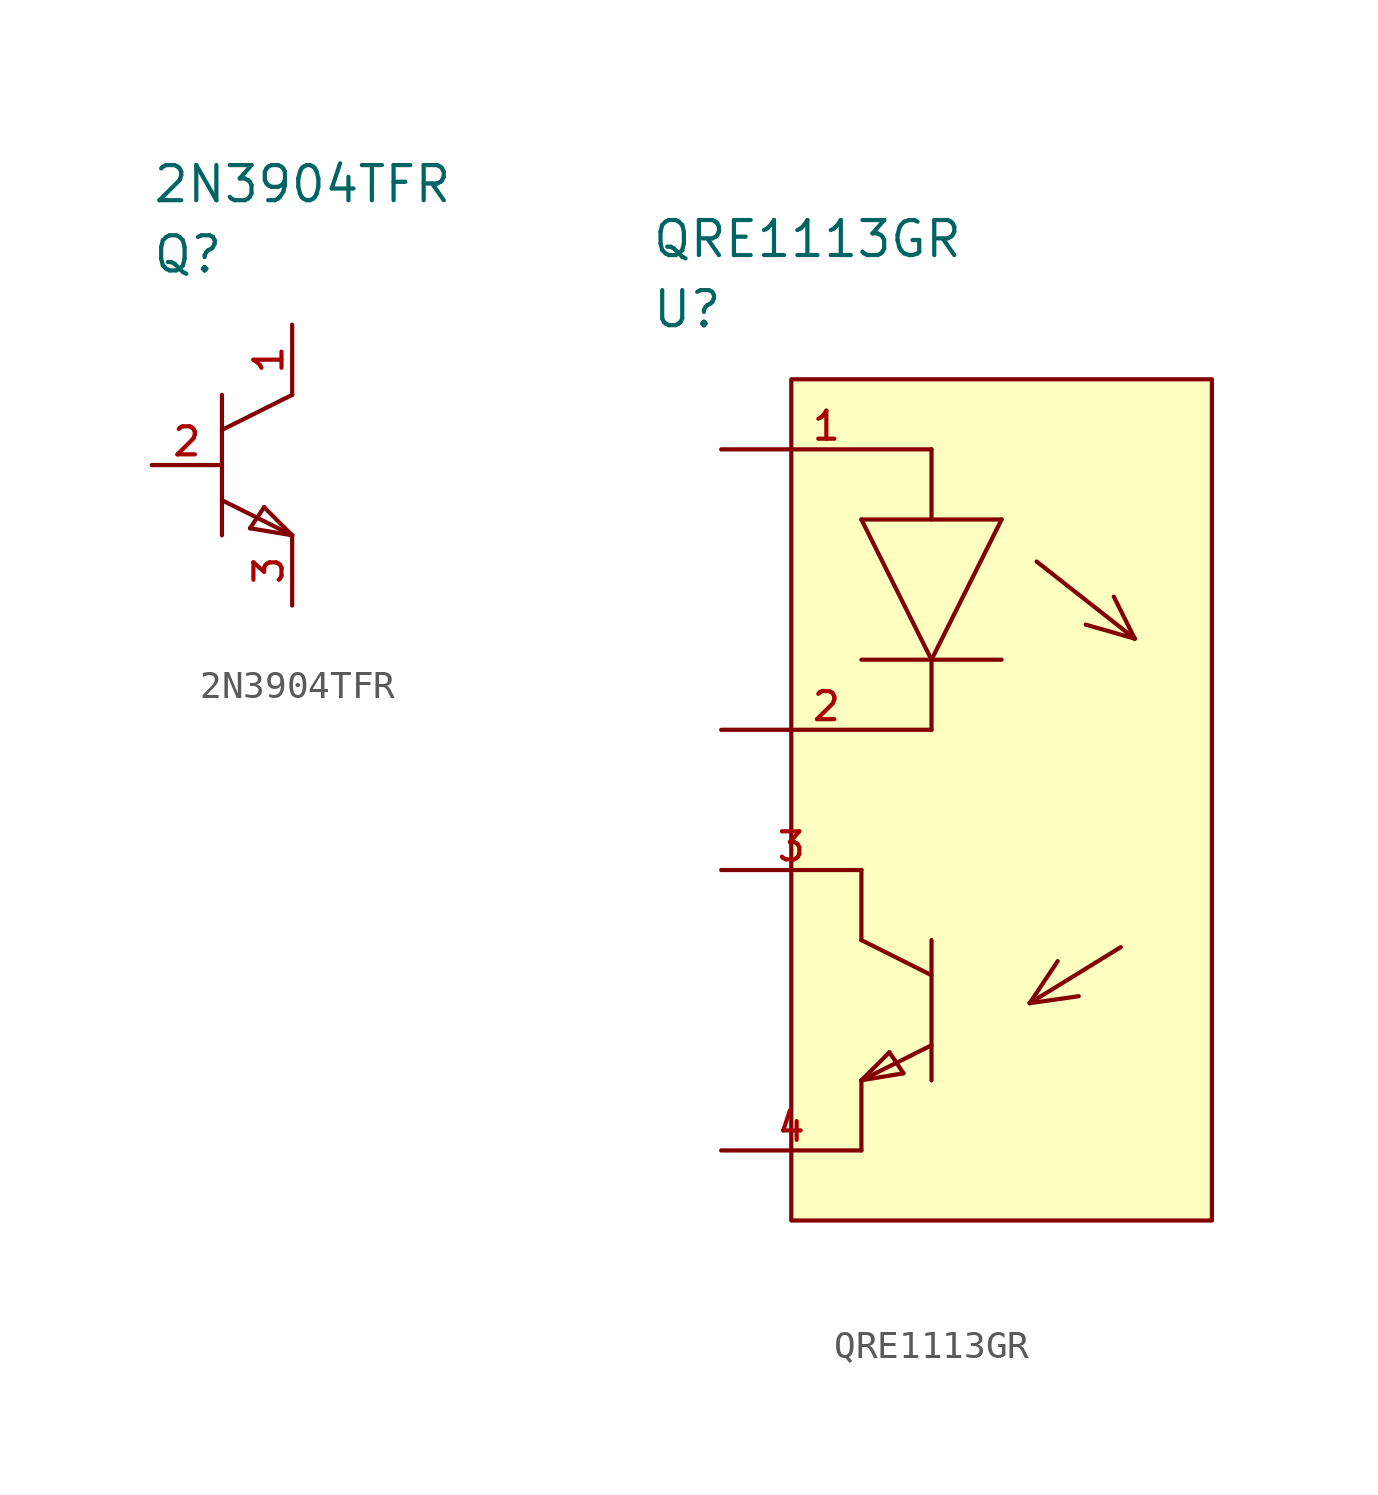
<source format=kicad_sym>
(kicad_symbol_lib
  (version 20211014)
  (generator kicad_symbol_editor)
  (symbol "2N3904TFR"
    (pin_names
      (offset 1.016))
    (property "Reference" "Q"
      (at 0 7.62 0)
      (effects (font (size 1.27 1.27)) (justify left)))
    (property "Value" "2N3904TFR"
      (at 0 10.16 0)
      (effects (font (size 1.27 1.27)) (justify left)))
    (property "ki_locked" ""
      (at 0 0 0)
      (effects (font (size 1.27 1.27))))
    (symbol "2N3904TFR_1_1"
      (polyline (pts (xy 2.54 -1.27) (xy 5.08 -2.54)) (stroke (width 0) (type default) (color 0 0 0 0)) (fill (type none)))
      (polyline (pts (xy 2.54 1.27) (xy 5.08 2.54)) (stroke (width 0) (type default) (color 0 0 0 0)) (fill (type none)))
      (polyline (pts (xy 2.54 2.54) (xy 2.54 -2.54)) (stroke (width 0) (type default) (color 0 0 0 0)) (fill (type none)))
      (polyline (pts (xy 3.556 -2.286) (xy 4.064 -1.524)) (stroke (width 0) (type default) (color 0 0 0 0)) (fill (type none)))
      (polyline (pts (xy 3.556 -2.286) (xy 5.08 -2.54)) (stroke (width 0) (type default) (color 0 0 0 0)) (fill (type none)))
      (polyline (pts (xy 4.064 -1.524) (xy 5.08 -2.54)) (stroke (width 0) (type default) (color 0 0 0 0)) (fill (type none)))
      (pin passive line (at 5.08 5.08 270) (length 2.54) (name "E" (effects (font (size 0 0)))) (number "1" (effects (font (size 1.016 1.016)))))
      (pin passive line (at 0 0 0) (length 2.54) (name "B" (effects (font (size 0 0)))) (number "2" (effects (font (size 1.016 1.016)))))
      (pin passive line (at 5.08 -5.08 90) (length 2.54) (name "C" (effects (font (size 0 0)))) (number "3" (effects (font (size 1.016 1.016)))))))
  (symbol "QRE1113GR"
    (pin_names
      (offset 1.016))
    (property "Reference" "U"
      (at 0 5.08 0)
      (effects (font (size 1.27 1.27)) (justify left)))
    (property "Value" "QRE1113GR"
      (at 0 7.62 0)
      (effects (font (size 1.27 1.27)) (justify left)))
    (property "ki_locked" ""
      (at 0 0 0)
      (effects (font (size 1.27 1.27))))
    (symbol "QRE1113GR_1_1"
      (polyline (pts (xy 7.62 -22.86) (xy 7.62 -25.4)) (stroke (width 0) (type default) (color 0 0 0 0)) (fill (type none)))
      (polyline (pts (xy 7.62 -15.24) (xy 7.62 -17.78)) (stroke (width 0) (type default) (color 0 0 0 0)) (fill (type none)))
      (polyline (pts (xy 7.62 -7.62) (xy 12.7 -7.62)) (stroke (width 0) (type default) (color 0 0 0 0)) (fill (type none)))
      (polyline (pts (xy 7.62 -2.54) (xy 10.16 -7.62)) (stroke (width 0) (type default) (color 0 0 0 0)) (fill (type none)))
      (polyline (pts (xy 8.636 -21.844) (xy 7.62 -22.86)) (stroke (width 0) (type default) (color 0 0 0 0)) (fill (type none)))
      (polyline (pts (xy 9.144 -22.606) (xy 7.62 -22.86)) (stroke (width 0) (type default) (color 0 0 0 0)) (fill (type none)))
      (polyline (pts (xy 9.144 -22.606) (xy 8.636 -21.844)) (stroke (width 0) (type default) (color 0 0 0 0)) (fill (type none)))
      (polyline (pts (xy 10.16 -21.59) (xy 7.62 -22.86)) (stroke (width 0) (type default) (color 0 0 0 0)) (fill (type none)))
      (polyline (pts (xy 10.16 -19.05) (xy 7.62 -17.78)) (stroke (width 0) (type default) (color 0 0 0 0)) (fill (type none)))
      (polyline (pts (xy 10.16 -17.78) (xy 10.16 -22.86)) (stroke (width 0) (type default) (color 0 0 0 0)) (fill (type none)))
      (polyline (pts (xy 10.16 -7.62) (xy 10.16 -10.16)) (stroke (width 0) (type default) (color 0 0 0 0)) (fill (type none)))
      (polyline (pts (xy 10.16 -7.62) (xy 12.7 -2.54)) (stroke (width 0) (type default) (color 0 0 0 0)) (fill (type none)))
      (polyline (pts (xy 10.16 0) (xy 10.16 -2.54)) (stroke (width 0) (type default) (color 0 0 0 0)) (fill (type none)))
      (polyline (pts (xy 12.7 -2.54) (xy 7.62 -2.54)) (stroke (width 0) (type default) (color 0 0 0 0)) (fill (type none)))
      (polyline (pts (xy 13.716 -20.066) (xy 14.732 -18.542)) (stroke (width 0) (type default) (color 0 0 0 0)) (fill (type none)))
      (polyline (pts (xy 13.716 -20.066) (xy 15.494 -19.812)) (stroke (width 0) (type default) (color 0 0 0 0)) (fill (type none)))
      (polyline (pts (xy 13.716 -20.066) (xy 17.018 -18.034)) (stroke (width 0) (type default) (color 0 0 0 0)) (fill (type none)))
      (polyline (pts (xy 13.97 -4.064) (xy 17.526 -6.858)) (stroke (width 0) (type default) (color 0 0 0 0)) (fill (type none)))
      (polyline (pts (xy 17.526 -6.858) (xy 15.748 -6.35)) (stroke (width 0) (type default) (color 0 0 0 0)) (fill (type none)))
      (polyline (pts (xy 17.526 -6.858) (xy 16.764 -5.334)) (stroke (width 0) (type default) (color 0 0 0 0)) (fill (type none)))
      (rectangle (start 5.08 2.54) (end 20.32 -27.94) (stroke (width 0) (type default) (color 0 0 0 0)) (fill (type background)))
      (pin passive line (at 2.54 0 0) (length 7.62) (name "Anode" (effects (font (size 0 0)))) (number "1" (effects (font (size 1.016 1.016)))))
      (pin passive line (at 2.54 -10.16 0) (length 7.62) (name "Cathode" (effects (font (size 0 0)))) (number "2" (effects (font (size 1.016 1.016)))))
      (pin passive line (at 2.54 -15.24 0) (length 5.08) (name "Collector" (effects (font (size 0 0)))) (number "3" (effects (font (size 1.016 1.016)))))
      (pin passive line (at 2.54 -25.4 0) (length 5.08) (name "Emitter" (effects (font (size 0 0)))) (number "4" (effects (font (size 1.016 1.016))))))))
</source>
